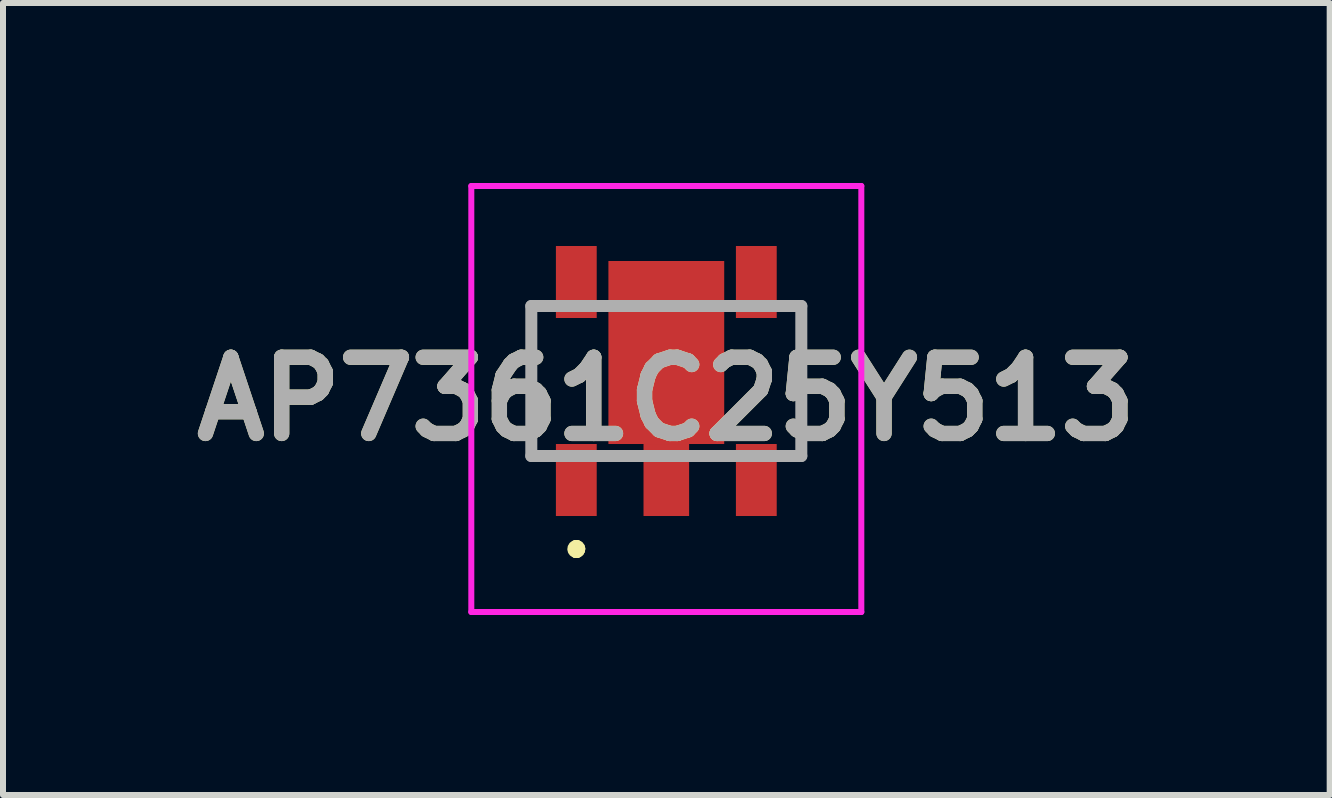
<source format=kicad_pcb>
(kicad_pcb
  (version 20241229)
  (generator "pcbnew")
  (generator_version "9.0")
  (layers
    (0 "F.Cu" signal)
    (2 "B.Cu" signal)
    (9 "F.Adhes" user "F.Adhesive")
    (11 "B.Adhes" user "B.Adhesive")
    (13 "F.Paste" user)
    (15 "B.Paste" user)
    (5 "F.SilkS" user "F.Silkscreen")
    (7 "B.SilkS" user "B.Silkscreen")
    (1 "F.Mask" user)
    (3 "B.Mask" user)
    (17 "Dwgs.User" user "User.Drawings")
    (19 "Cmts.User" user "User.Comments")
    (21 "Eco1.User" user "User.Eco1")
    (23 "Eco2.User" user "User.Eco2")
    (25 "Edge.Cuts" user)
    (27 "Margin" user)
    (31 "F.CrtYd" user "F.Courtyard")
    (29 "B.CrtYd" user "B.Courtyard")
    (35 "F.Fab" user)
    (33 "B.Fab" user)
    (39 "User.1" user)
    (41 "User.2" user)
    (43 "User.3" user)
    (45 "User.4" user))
  (footprint "AP7361C25Y513"
    (layer "F.Cu")
    (at 8.055 3.3)
    (property "Reference" "AP7361C25Y513" (at 0 0.3 0) (layer "F.SilkS") (effects (font (size 1.27 1.27) (thickness 0.254))))
    (attr smd)
    (fp_line (start -2.25 -0.7) (end -2.25 -0.7) (stroke (width 0.1) (type solid)) (layer "F.SilkS"))
    (fp_line (start -2.25 -0.7) (end -2.25 0.55) (stroke (width 0.1) (type solid)) (layer "F.SilkS"))
    (fp_line (start -2.25 0.55) (end -2.25 -0.7) (stroke (width 0.1) (type solid)) (layer "F.SilkS"))
    (fp_line (start -2.25 0.55) (end -2.25 0.55) (stroke (width 0.1) (type solid)) (layer "F.SilkS"))
    (fp_line (start -1.5 2.75) (end -1.5 2.75) (stroke (width 0.2) (type solid)) (layer "F.SilkS"))
    (fp_line (start -1.5 2.85) (end -1.5 2.85) (stroke (width 0.2) (type solid)) (layer "F.SilkS"))
    (fp_line (start -1.5 2.85) (end -1.5 2.85) (stroke (width 0.2) (type solid)) (layer "F.SilkS"))
    (fp_line (start 2.25 -0.7) (end 2.25 -0.7) (stroke (width 0.1) (type solid)) (layer "F.SilkS"))
    (fp_line (start 2.25 -0.7) (end 2.25 0.55) (stroke (width 0.1) (type solid)) (layer "F.SilkS"))
    (fp_line (start 2.25 0.55) (end 2.25 -0.7) (stroke (width 0.1) (type solid)) (layer "F.SilkS"))
    (fp_line (start 2.25 0.55) (end 2.25 0.55) (stroke (width 0.1) (type solid)) (layer "F.SilkS"))
    (fp_arc (start -1.5 2.75) (mid -1.45 2.8) (end -1.5 2.85) (stroke (width 0.2) (type solid)) (layer "F.SilkS"))
    (fp_arc (start -1.5 2.75) (mid -1.45 2.8) (end -1.5 2.85) (stroke (width 0.2) (type solid)) (layer "F.SilkS"))
    (fp_arc (start -1.5 2.85) (mid -1.55 2.8) (end -1.5 2.75) (stroke (width 0.2) (type solid)) (layer "F.SilkS"))
    (fp_line (start -3.25 -3.25) (end 3.25 -3.25) (stroke (width 0.1) (type solid)) (layer "F.CrtYd"))
    (fp_line (start -3.25 3.85) (end -3.25 -3.25) (stroke (width 0.1) (type solid)) (layer "F.CrtYd"))
    (fp_line (start 3.25 -3.25) (end 3.25 3.85) (stroke (width 0.1) (type solid)) (layer "F.CrtYd"))
    (fp_line (start 3.25 3.85) (end -3.25 3.85) (stroke (width 0.1) (type solid)) (layer "F.CrtYd"))
    (fp_line (start -2.25 -1.25) (end -2.25 1.25) (stroke (width 0.2) (type solid)) (layer "F.Fab"))
    (fp_line (start -2.25 1.25) (end 2.25 1.25) (stroke (width 0.2) (type solid)) (layer "F.Fab"))
    (fp_line (start 2.25 -1.25) (end -2.25 -1.25) (stroke (width 0.2) (type solid)) (layer "F.Fab"))
    (fp_line (start 2.25 1.25) (end 2.25 -1.25) (stroke (width 0.2) (type solid)) (layer "F.Fab"))
    (fp_text user "${REFERENCE}" (at 0 0.3 0) (layer "F.Fab") (effects (font (size 1.27 1.27) (thickness 0.254))))
    (pad "1" smd rect (at -1.5 1.65) (size 0.68 1.2) (layers "F.Cu" "F.Mask" "F.Paste"))
    (pad "2" smd rect (at 0 1.65) (size 0.76 1.2) (layers "F.Cu" "F.Mask" "F.Paste"))
    (pad "3" smd rect (at 1.5 1.65) (size 0.68 1.2) (layers "F.Cu" "F.Mask" "F.Paste"))
    (pad "4" smd rect (at 1.5 -1.65) (size 0.68 1.2) (layers "F.Cu" "F.Mask" "F.Paste"))
    (pad "5" smd rect (at -1.5 -1.65) (size 0.68 1.2) (layers "F.Cu" "F.Mask" "F.Paste"))
    (pad "6" smd rect (at 0 -0.475) (size 1.93 3.05) (layers "F.Cu" "F.Mask" "F.Paste")))
  (gr_rect
    (start -3 -3)
    (end 19.111 10.2)
    (stroke (width 0.1) (type default))
    (fill no)
    (layer "Edge.Cuts")))
</source>
